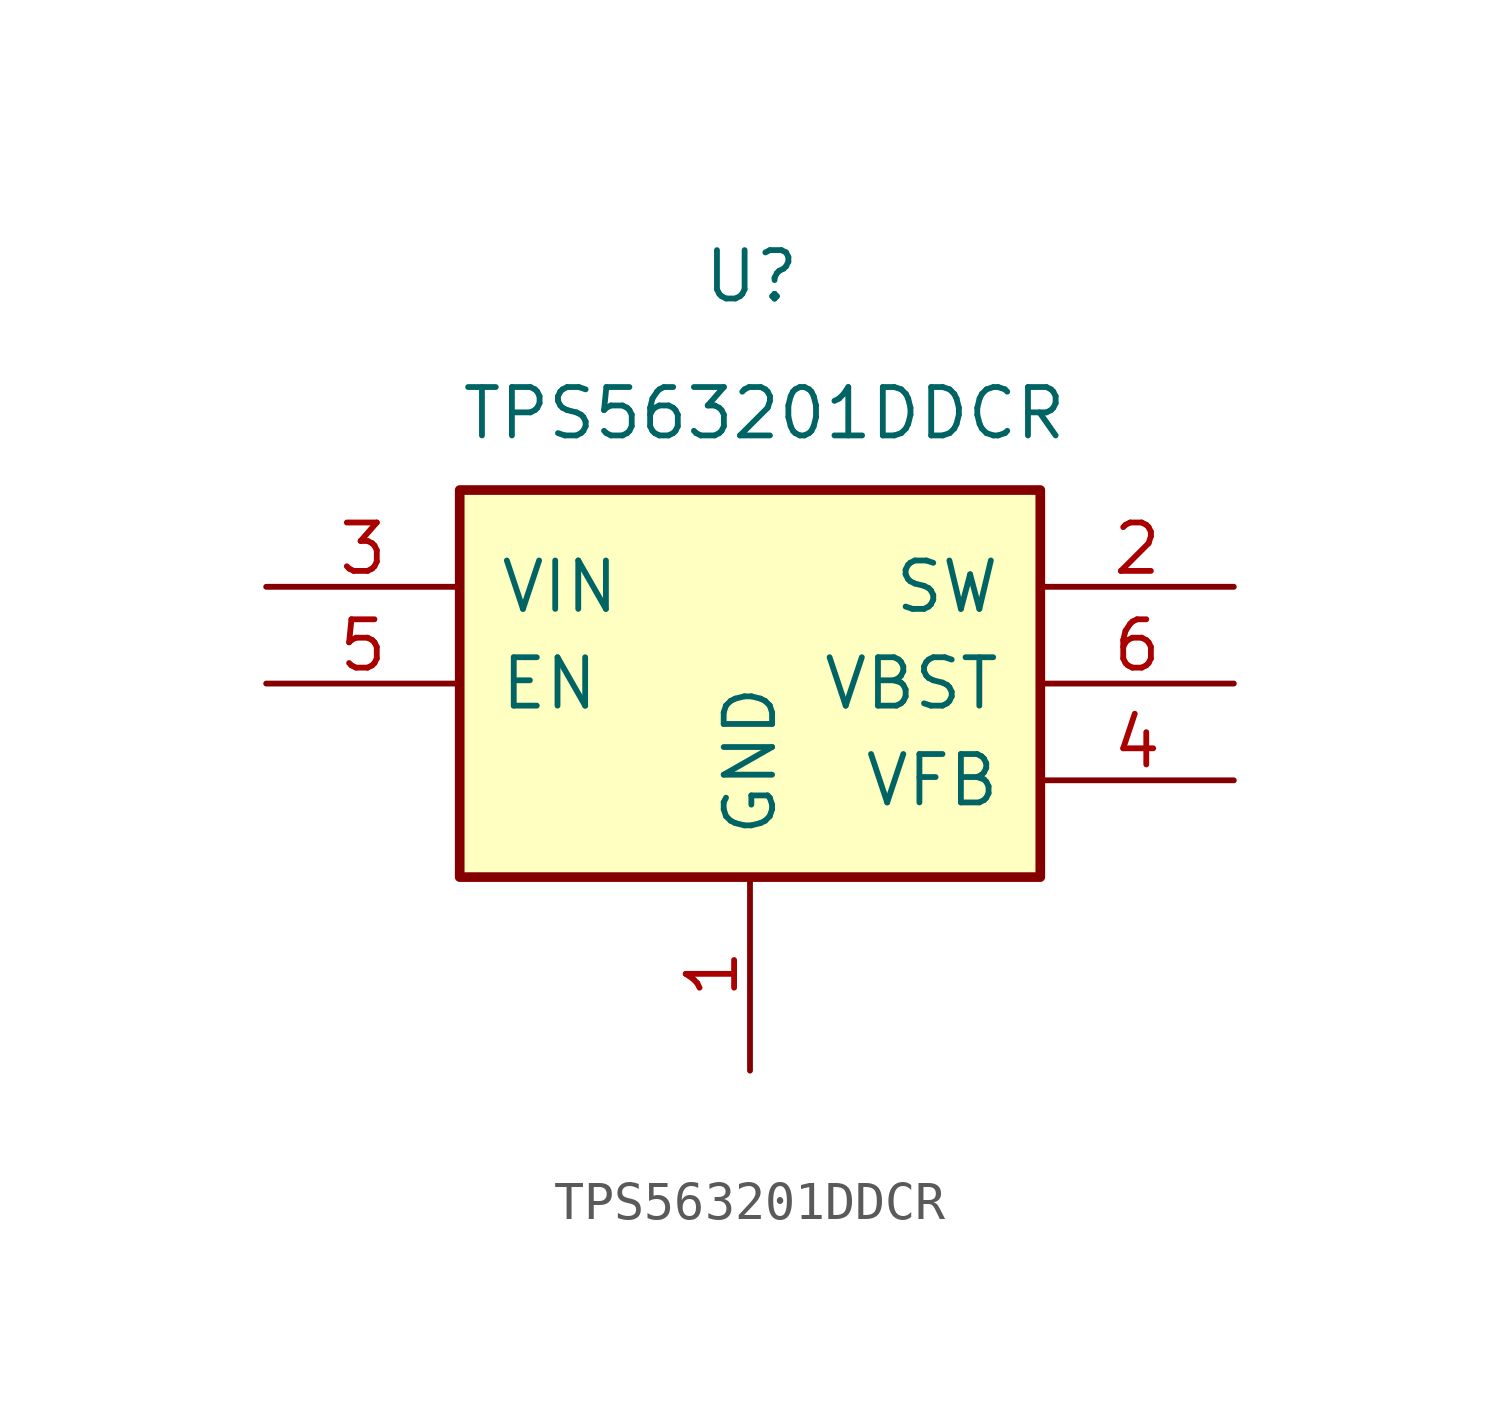
<source format=kicad_sym>
(kicad_symbol_lib
  (version 20211014)
  (generator kicad_symbol_editor)
  (symbol "TPS563201DDCR"
    (pin_names
      (offset 1.016))
    (property "Reference" "U"
      (at -1.27 11.43 0)
      (effects (font (size 1.27 1.27)) (justify left top)))
    (property "Value" "TPS563201DDCR"
      (at -7.62 6.35 0)
      (effects (font (size 1.27 1.27)) (justify left bottom)))
    (symbol "TPS563201DDCR_0_0"
      (rectangle (start -7.62 5.08) (end 7.62 -5.08) (stroke (width 0.254) (type default) (color 0 0 0 0)) (fill (type background)))
      (pin power_in line (at 0 -10.16 90) (length 5.08) (name "GND" (effects (font (size 1.27 1.27)))) (number "1" (effects (font (size 1.27 1.27)))))
      (pin output line (at 12.7 2.54 180) (length 5.08) (name "SW" (effects (font (size 1.27 1.27)))) (number "2" (effects (font (size 1.27 1.27)))))
      (pin input line (at -12.7 2.54 0) (length 5.08) (name "VIN" (effects (font (size 1.27 1.27)))) (number "3" (effects (font (size 1.27 1.27)))))
      (pin input line (at 12.7 -2.54 180) (length 5.08) (name "VFB" (effects (font (size 1.27 1.27)))) (number "4" (effects (font (size 1.27 1.27)))))
      (pin input line (at -12.7 0 0) (length 5.08) (name "EN" (effects (font (size 1.27 1.27)))) (number "5" (effects (font (size 1.27 1.27)))))
      (pin output line (at 12.7 0 180) (length 5.08) (name "VBST" (effects (font (size 1.27 1.27)))) (number "6" (effects (font (size 1.27 1.27))))))))
</source>
